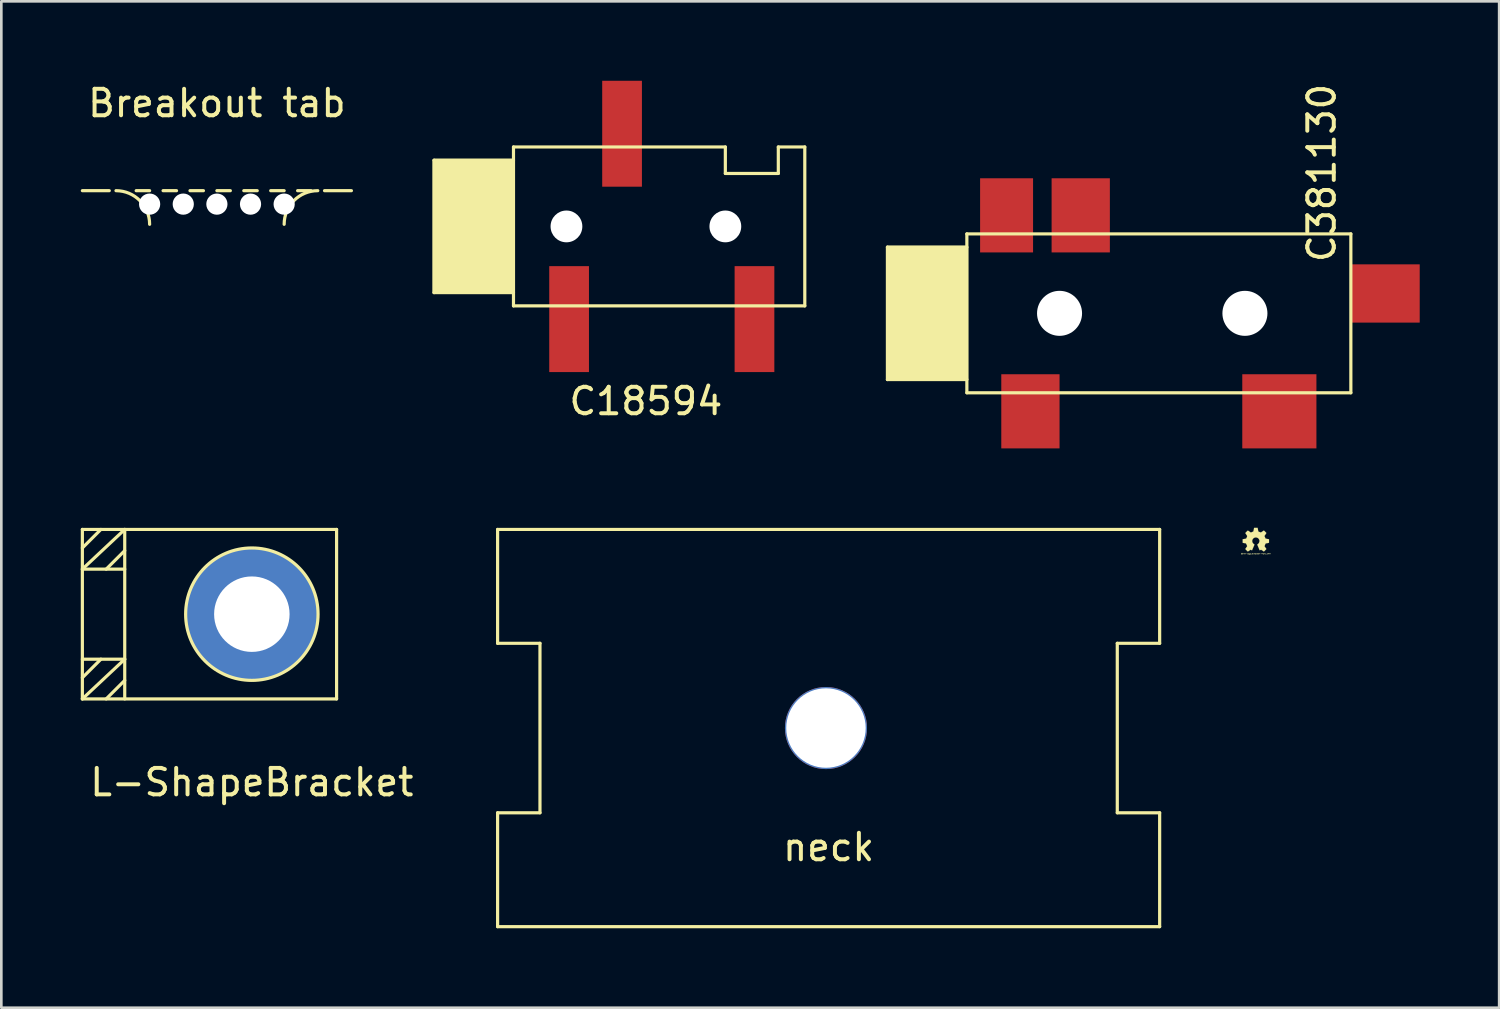
<source format=kicad_pcb>
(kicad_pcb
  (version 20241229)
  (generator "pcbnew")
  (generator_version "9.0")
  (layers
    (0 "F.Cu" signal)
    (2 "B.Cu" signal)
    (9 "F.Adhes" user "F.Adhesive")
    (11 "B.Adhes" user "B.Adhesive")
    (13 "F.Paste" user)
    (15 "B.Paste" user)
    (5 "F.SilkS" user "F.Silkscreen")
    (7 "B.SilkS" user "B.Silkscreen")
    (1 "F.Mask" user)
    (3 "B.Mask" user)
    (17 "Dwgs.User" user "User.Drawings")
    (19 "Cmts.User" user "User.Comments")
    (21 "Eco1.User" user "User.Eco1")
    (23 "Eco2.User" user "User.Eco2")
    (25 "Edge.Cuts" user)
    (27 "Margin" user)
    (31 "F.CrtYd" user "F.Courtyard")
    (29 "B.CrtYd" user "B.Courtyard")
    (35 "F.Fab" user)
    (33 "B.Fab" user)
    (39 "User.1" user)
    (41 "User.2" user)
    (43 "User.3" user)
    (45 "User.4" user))
  (footprint "C381130"
    (layer "F.Cu")
    (at 33.46 8.782)
    (property "Reference" "C381130" (at 13.4 -5.3 90) (layer "F.SilkS") (effects (font (size 1 1) (thickness 0.15))))
    (attr smd)
    (fp_line (start -3 -2.5) (end -3 2.5) (stroke (width 0.12) (type solid)) (layer "F.SilkS"))
    (fp_line (start -3 2.5) (end 0 2.5) (stroke (width 0.12) (type solid)) (layer "F.SilkS"))
    (fp_line (start 0 -3) (end 14.5 -3) (stroke (width 0.12) (type solid)) (layer "F.SilkS"))
    (fp_line (start 0 -2.5) (end -3 -2.5) (stroke (width 0.12) (type solid)) (layer "F.SilkS"))
    (fp_line (start 0 3) (end 0 -3) (stroke (width 0.12) (type solid)) (layer "F.SilkS"))
    (fp_line (start 14.5 -3) (end 14.5 3) (stroke (width 0.12) (type solid)) (layer "F.SilkS"))
    (fp_line (start 14.5 3) (end 0 3) (stroke (width 0.12) (type solid)) (layer "F.SilkS"))
    (fp_poly (pts (xy 0 2.5) (xy -3 2.5) (xy -3 -2.5) (xy 0 -2.5)) (stroke (width 0.1) (type solid)) (fill yes) (layer "F.SilkS"))
    (pad "" np_thru_hole circle (at 3.5 0) (size 1.7 1.7) (drill 1.7) (layers "*.Cu" "*.Mask"))
    (pad "" np_thru_hole circle (at 10.5 0) (size 1.7 1.7) (drill 1.7) (layers "*.Cu" "*.Mask"))
    (pad "R" smd rect (at 4.3 -3.7) (size 2.2 2.8) (layers "F.Cu" "F.Mask" "F.Paste"))
    (pad "RN" smd rect (at 1.5 -3.7) (size 2 2.8) (layers "F.Cu" "F.Mask" "F.Paste"))
    (pad "S" smd rect (at 2.4 3.7) (size 2.2 2.8) (layers "F.Cu" "F.Mask" "F.Paste"))
    (pad "T" smd rect (at 11.8 3.7) (size 2.8 2.8) (layers "F.Cu" "F.Mask" "F.Paste"))
    (pad "TN" smd rect (at 15.8 -0.75) (size 2.6 2.2) (layers "F.Cu" "F.Mask" "F.Paste")))
  (footprint "L-ShapeBracket"
    (layer "F.Cu")
    (at 6.46 20.142)
    (property "Reference" "L-ShapeBracket" (at 0 6.35 0) (layer "F.SilkS") (effects (font (size 1 1) (thickness 0.15))))
    (attr through_hole)
    (fp_line (start -6.4 -3.2) (end 3.2 -3.2) (stroke (width 0.12) (type solid)) (layer "F.SilkS"))
    (fp_line (start -6.4 3.2) (end -6.4 -3.2) (stroke (width 0.12) (type solid)) (layer "F.SilkS"))
    (fp_line (start -5.7 -3.2) (end -6.4 -2.5) (stroke (width 0.12) (type solid)) (layer "F.SilkS"))
    (fp_line (start -5.7 1.7) (end -6.4 2.4) (stroke (width 0.12) (type solid)) (layer "F.SilkS"))
    (fp_line (start -4.8 -3.2) (end -6.4 -1.7) (stroke (width 0.12) (type solid)) (layer "F.SilkS"))
    (fp_line (start -4.8 -3.2) (end -4.8 3.2) (stroke (width 0.12) (type solid)) (layer "F.SilkS"))
    (fp_line (start -4.8 -2.4) (end -5.5 -1.7) (stroke (width 0.12) (type solid)) (layer "F.SilkS"))
    (fp_line (start -4.8 -1.7) (end -6.4 -1.7) (stroke (width 0.12) (type solid)) (layer "F.SilkS"))
    (fp_line (start -4.8 1.7) (end -6.4 1.7) (stroke (width 0.12) (type solid)) (layer "F.SilkS"))
    (fp_line (start -4.8 1.7) (end -6.4 3.2) (stroke (width 0.12) (type solid)) (layer "F.SilkS"))
    (fp_line (start -4.8 2.5) (end -5.5 3.2) (stroke (width 0.12) (type solid)) (layer "F.SilkS"))
    (fp_line (start 3.2 -3.2) (end 3.2 3.2) (stroke (width 0.12) (type solid)) (layer "F.SilkS"))
    (fp_line (start 3.2 3.2) (end -6.4 3.2) (stroke (width 0.12) (type solid)) (layer "F.SilkS"))
    (fp_circle (center 0 0) (end 2.5 0) (stroke (width 0.12) (type solid)) (fill no) (layer "F.SilkS"))
    (pad "" thru_hole circle (at 0 0) (size 5 5) (drill 2.85) (layers "*.Cu" "*.Mask")))
  (footprint "OSHW-logo_silkscreen-front_1mm"
    (layer "F.Cu")
    (at 44.372 17.33)
    (property "Reference" "OSHW-logo_silkscreen-front_1mm" (at 0 0.528 0) (layer "F.SilkS") (effects (font (size 0.043 0.043) (thickness 0.008))))
    (attr through_hole)
    (fp_poly (pts (xy -0.302 0.447) (xy -0.297 0.445) (xy -0.284 0.437) (xy -0.269 0.427) (xy -0.249 0.414) (xy -0.229 0.401) (xy -0.213 0.389) (xy -0.201 0.381) (xy -0.196 0.378) (xy -0.193 0.381) (xy -0.185 0.386) (xy -0.17 0.391) (xy -0.163 0.396) (xy -0.15 0.401) (xy -0.145 0.404) (xy -0.142 0.401) (xy -0.137 0.391) (xy -0.132 0.376) (xy -0.122 0.353) (xy -0.112 0.328) (xy -0.099 0.3) (xy -0.089 0.272) (xy -0.076 0.246) (xy -0.066 0.221) (xy -0.058 0.203) (xy -0.053 0.188) (xy -0.051 0.183) (xy -0.053 0.183) (xy -0.058 0.175) (xy -0.069 0.168) (xy -0.094 0.147) (xy -0.117 0.119) (xy -0.132 0.086) (xy -0.135 0.048) (xy -0.132 0.015) (xy -0.119 -0.015) (xy -0.097 -0.046) (xy -0.069 -0.066) (xy -0.036 -0.081) (xy 0 -0.084) (xy 0.033 -0.081) (xy 0.066 -0.069) (xy 0.097 -0.046) (xy 0.109 -0.03) (xy 0.127 0) (xy 0.137 0.028) (xy 0.137 0.036) (xy 0.135 0.071) (xy 0.124 0.107) (xy 0.107 0.135) (xy 0.081 0.16) (xy 0.079 0.163) (xy 0.066 0.173) (xy 0.058 0.178) (xy 0.051 0.183) (xy 0.097 0.29) (xy 0.104 0.307) (xy 0.117 0.338) (xy 0.127 0.363) (xy 0.135 0.384) (xy 0.142 0.396) (xy 0.145 0.401) (xy 0.147 0.401) (xy 0.155 0.399) (xy 0.17 0.391) (xy 0.18 0.386) (xy 0.193 0.381) (xy 0.198 0.378) (xy 0.203 0.381) (xy 0.213 0.389) (xy 0.229 0.399) (xy 0.249 0.411) (xy 0.267 0.424) (xy 0.284 0.437) (xy 0.295 0.445) (xy 0.302 0.447) (xy 0.307 0.445) (xy 0.318 0.437) (xy 0.333 0.422) (xy 0.353 0.401) (xy 0.356 0.399) (xy 0.373 0.381) (xy 0.386 0.366) (xy 0.396 0.356) (xy 0.399 0.353) (xy 0.396 0.345) (xy 0.389 0.333) (xy 0.378 0.318) (xy 0.363 0.297) (xy 0.328 0.244) (xy 0.348 0.196) (xy 0.353 0.18) (xy 0.361 0.163) (xy 0.368 0.15) (xy 0.371 0.145) (xy 0.376 0.142) (xy 0.389 0.14) (xy 0.409 0.135) (xy 0.432 0.132) (xy 0.455 0.127) (xy 0.472 0.122) (xy 0.488 0.119) (xy 0.495 0.119) (xy 0.495 0.117) (xy 0.498 0.114) (xy 0.498 0.109) (xy 0.498 0.097) (xy 0.498 0.076) (xy 0.498 0.048) (xy 0.498 0.046) (xy 0.498 0.02) (xy 0.498 0) (xy 0.498 -0.013) (xy 0.495 -0.018) (xy 0.49 -0.02) (xy 0.475 -0.023) (xy 0.457 -0.025) (xy 0.432 -0.03) (xy 0.406 -0.036) (xy 0.389 -0.041) (xy 0.373 -0.043) (xy 0.368 -0.046) (xy 0.366 -0.046) (xy 0.361 -0.056) (xy 0.356 -0.071) (xy 0.348 -0.089) (xy 0.34 -0.107) (xy 0.333 -0.124) (xy 0.328 -0.135) (xy 0.328 -0.142) (xy 0.33 -0.147) (xy 0.338 -0.16) (xy 0.351 -0.175) (xy 0.363 -0.196) (xy 0.366 -0.198) (xy 0.378 -0.218) (xy 0.389 -0.236) (xy 0.396 -0.246) (xy 0.399 -0.251) (xy 0.399 -0.254) (xy 0.396 -0.259) (xy 0.386 -0.269) (xy 0.371 -0.284) (xy 0.353 -0.302) (xy 0.348 -0.307) (xy 0.328 -0.328) (xy 0.315 -0.34) (xy 0.305 -0.345) (xy 0.302 -0.348) (xy 0.295 -0.345) (xy 0.282 -0.335) (xy 0.267 -0.325) (xy 0.246 -0.31) (xy 0.244 -0.31) (xy 0.224 -0.297) (xy 0.208 -0.284) (xy 0.196 -0.277) (xy 0.191 -0.274) (xy 0.183 -0.277) (xy 0.168 -0.282) (xy 0.15 -0.287) (xy 0.132 -0.295) (xy 0.114 -0.302) (xy 0.102 -0.307) (xy 0.097 -0.312) (xy 0.094 -0.32) (xy 0.091 -0.335) (xy 0.086 -0.356) (xy 0.081 -0.378) (xy 0.081 -0.384) (xy 0.076 -0.406) (xy 0.074 -0.427) (xy 0.069 -0.439) (xy 0.069 -0.447) (xy 0.066 -0.447) (xy 0.053 -0.447) (xy 0.036 -0.447) (xy 0.013 -0.447) (xy -0.008 -0.447) (xy -0.028 -0.447) (xy -0.048 -0.447) (xy -0.061 -0.447) (xy -0.066 -0.445) (xy -0.069 -0.437) (xy -0.071 -0.422) (xy -0.076 -0.401) (xy -0.081 -0.376) (xy -0.081 -0.373) (xy -0.086 -0.348) (xy -0.091 -0.33) (xy -0.094 -0.315) (xy -0.094 -0.31) (xy -0.097 -0.31) (xy -0.107 -0.305) (xy -0.122 -0.3) (xy -0.142 -0.29) (xy -0.188 -0.272) (xy -0.244 -0.31) (xy -0.249 -0.315) (xy -0.269 -0.328) (xy -0.287 -0.338) (xy -0.297 -0.345) (xy -0.302 -0.348) (xy -0.307 -0.343) (xy -0.32 -0.333) (xy -0.335 -0.318) (xy -0.353 -0.302) (xy -0.366 -0.287) (xy -0.381 -0.272) (xy -0.391 -0.262) (xy -0.396 -0.254) (xy -0.399 -0.251) (xy -0.396 -0.249) (xy -0.394 -0.241) (xy -0.386 -0.231) (xy -0.373 -0.213) (xy -0.361 -0.193) (xy -0.348 -0.175) (xy -0.338 -0.157) (xy -0.33 -0.145) (xy -0.325 -0.137) (xy -0.328 -0.135) (xy -0.33 -0.124) (xy -0.338 -0.107) (xy -0.345 -0.086) (xy -0.366 -0.043) (xy -0.394 -0.038) (xy -0.411 -0.033) (xy -0.437 -0.03) (xy -0.46 -0.025) (xy -0.498 -0.018) (xy -0.498 0.114) (xy -0.493 0.117) (xy -0.488 0.119) (xy -0.475 0.122) (xy -0.455 0.127) (xy -0.432 0.13) (xy -0.411 0.135) (xy -0.391 0.137) (xy -0.378 0.14) (xy -0.371 0.142) (xy -0.371 0.145) (xy -0.366 0.155) (xy -0.358 0.17) (xy -0.351 0.188) (xy -0.343 0.206) (xy -0.335 0.224) (xy -0.33 0.236) (xy -0.328 0.244) (xy -0.33 0.249) (xy -0.338 0.262) (xy -0.351 0.277) (xy -0.363 0.297) (xy -0.376 0.318) (xy -0.389 0.333) (xy -0.396 0.345) (xy -0.399 0.351) (xy -0.396 0.356) (xy -0.389 0.363) (xy -0.376 0.378) (xy -0.353 0.401) (xy -0.348 0.404) (xy -0.333 0.422) (xy -0.318 0.434) (xy -0.307 0.445) (xy -0.302 0.447)) (stroke (width 0.003) (type solid)) (fill yes) (layer "F.SilkS")))
  (footprint "neck"
    (layer "F.Cu")
    (at 28.24 24.442)
    (property "Reference" "neck" (at 0 4.5 0) (layer "F.SilkS") (effects (font (size 1 1) (thickness 0.15))))
    (attr through_hole)
    (fp_line (start -12.5 -7.5) (end 12.5 -7.5) (stroke (width 0.12) (type solid)) (layer "F.SilkS"))
    (fp_line (start -12.5 -3.2) (end -12.5 -7.5) (stroke (width 0.12) (type solid)) (layer "F.SilkS"))
    (fp_line (start -12.5 7.5) (end -12.5 3.2) (stroke (width 0.12) (type solid)) (layer "F.SilkS"))
    (fp_line (start -10.9 -3.2) (end -12.5 -3.2) (stroke (width 0.12) (type solid)) (layer "F.SilkS"))
    (fp_line (start -10.9 -3.2) (end -10.9 3.2) (stroke (width 0.12) (type solid)) (layer "F.SilkS"))
    (fp_line (start -10.9 3.2) (end -12.5 3.2) (stroke (width 0.12) (type solid)) (layer "F.SilkS"))
    (fp_line (start 10.9 -3.2) (end 12.5 -3.2) (stroke (width 0.12) (type solid)) (layer "F.SilkS"))
    (fp_line (start 10.9 3.2) (end 10.9 -3.2) (stroke (width 0.12) (type solid)) (layer "F.SilkS"))
    (fp_line (start 10.9 3.2) (end 12.5 3.2) (stroke (width 0.12) (type solid)) (layer "F.SilkS"))
    (fp_line (start 12.5 -3.2) (end 12.5 -7.5) (stroke (width 0.12) (type solid)) (layer "F.SilkS"))
    (fp_line (start 12.5 3.2) (end 12.5 7.5) (stroke (width 0.12) (type solid)) (layer "F.SilkS"))
    (fp_line (start 12.5 7.5) (end -12.5 7.5) (stroke (width 0.12) (type solid)) (layer "F.SilkS"))
    (pad "" np_thru_hole circle (at -0.1 0) (size 3.1 3.1) (drill 3) (layers "*.Cu" "*.Mask")))
  (footprint "C18594"
    (layer "F.Cu")
    (at 21.34 5.5)
    (property "Reference" "C18594" (at 0 6.6 0) (layer "F.SilkS") (effects (font (size 1 1) (thickness 0.15))))
    (attr smd)
    (fp_line (start -8 -2.5) (end -8 2.5) (stroke (width 0.12) (type solid)) (layer "F.SilkS"))
    (fp_line (start -8 2.5) (end -5 2.5) (stroke (width 0.12) (type solid)) (layer "F.SilkS"))
    (fp_line (start -5 -3) (end 3 -3) (stroke (width 0.12) (type solid)) (layer "F.SilkS"))
    (fp_line (start -5 -2.5) (end -8 -2.5) (stroke (width 0.12) (type solid)) (layer "F.SilkS"))
    (fp_line (start -5 3) (end -5 -3) (stroke (width 0.12) (type solid)) (layer "F.SilkS"))
    (fp_line (start 3 -2) (end 3 -3) (stroke (width 0.12) (type solid)) (layer "F.SilkS"))
    (fp_line (start 5 -3) (end 5 -2) (stroke (width 0.12) (type solid)) (layer "F.SilkS"))
    (fp_line (start 5 -3) (end 6 -3) (stroke (width 0.12) (type solid)) (layer "F.SilkS"))
    (fp_line (start 5 -2) (end 3 -2) (stroke (width 0.12) (type solid)) (layer "F.SilkS"))
    (fp_line (start 6 -3) (end 6 3) (stroke (width 0.12) (type solid)) (layer "F.SilkS"))
    (fp_line (start 6 3) (end -5 3) (stroke (width 0.12) (type solid)) (layer "F.SilkS"))
    (fp_poly (pts (xy -5 2.5) (xy -8 2.5) (xy -8 -2.5) (xy -5 -2.5)) (stroke (width 0.1) (type solid)) (fill yes) (layer "F.SilkS"))
    (pad "" np_thru_hole circle (at -3 0) (size 1.2 1.2) (drill 1.2) (layers "*.Cu" "*.Mask"))
    (pad "" np_thru_hole circle (at 3 0) (size 1.2 1.2) (drill 1.2) (layers "*.Cu" "*.Mask"))
    (pad "R" smd rect (at -0.9 -3.5) (size 1.5 4) (layers "F.Cu" "F.Mask" "F.Paste"))
    (pad "S" smd rect (at -2.9 3.5) (size 1.5 4) (layers "F.Cu" "F.Mask" "F.Paste"))
    (pad "T" smd rect (at 4.1 3.5) (size 1.5 4) (layers "F.Cu" "F.Mask" "F.Paste")))
  (footprint "Breakout tab"
    (layer "F.Cu")
    (at 5.14 4.658)
    (property "Reference" "Breakout tab" (at 0 -3.81 0) (layer "F.SilkS") (effects (font (size 1 1) (thickness 0.15))))
    (attr through_hole)
    (fp_line (start -5.08 -0.508) (end -4.064 -0.508) (stroke (width 0.12) (type solid)) (layer "F.SilkS"))
    (fp_line (start -3.048 -0.508) (end -2.54 -0.508) (stroke (width 0.12) (type solid)) (layer "F.SilkS"))
    (fp_line (start -2.032 -0.508) (end -1.524 -0.508) (stroke (width 0.12) (type solid)) (layer "F.SilkS"))
    (fp_line (start -1.016 -0.508) (end -0.508 -0.508) (stroke (width 0.12) (type solid)) (layer "F.SilkS"))
    (fp_line (start 0 -0.508) (end 0.508 -0.508) (stroke (width 0.12) (type solid)) (layer "F.SilkS"))
    (fp_line (start 1.016 -0.508) (end 1.524 -0.508) (stroke (width 0.12) (type solid)) (layer "F.SilkS"))
    (fp_line (start 2.032 -0.508) (end 2.54 -0.508) (stroke (width 0.12) (type solid)) (layer "F.SilkS"))
    (fp_line (start 3.048 -0.508) (end 3.556 -0.508) (stroke (width 0.12) (type solid)) (layer "F.SilkS"))
    (fp_line (start 4.064 -0.508) (end 5.08 -0.508) (stroke (width 0.12) (type solid)) (layer "F.SilkS"))
    (fp_arc (start -3.81 -0.508) (mid -2.911974 -0.136026) (end -2.54 0.762) (stroke (width 0.12) (type solid)) (layer "F.SilkS"))
    (fp_arc (start 2.54 0.762) (mid 2.911974 -0.136026) (end 3.81 -0.508) (stroke (width 0.12) (type solid)) (layer "F.SilkS"))
    (pad "" np_thru_hole circle (at -2.54 0) (size 0.8 0.8) (drill 0.8) (layers "*.Cu" "*.Mask"))
    (pad "" np_thru_hole circle (at -1.27 0) (size 0.8 0.8) (drill 0.8) (layers "*.Cu" "*.Mask"))
    (pad "" np_thru_hole circle (at 0 0) (size 0.8 0.8) (drill 0.8) (layers "*.Cu" "*.Mask"))
    (pad "" np_thru_hole circle (at 1.27 0) (size 0.8 0.8) (drill 0.8) (layers "*.Cu" "*.Mask"))
    (pad "" np_thru_hole circle (at 2.54 0) (size 0.8 0.8) (drill 0.8) (layers "*.Cu" "*.Mask")))
  (gr_rect
    (start -3 -3)
    (end 53.56 35.002)
    (stroke (width 0.1) (type default))
    (fill no)
    (layer "Edge.Cuts")))
</source>
